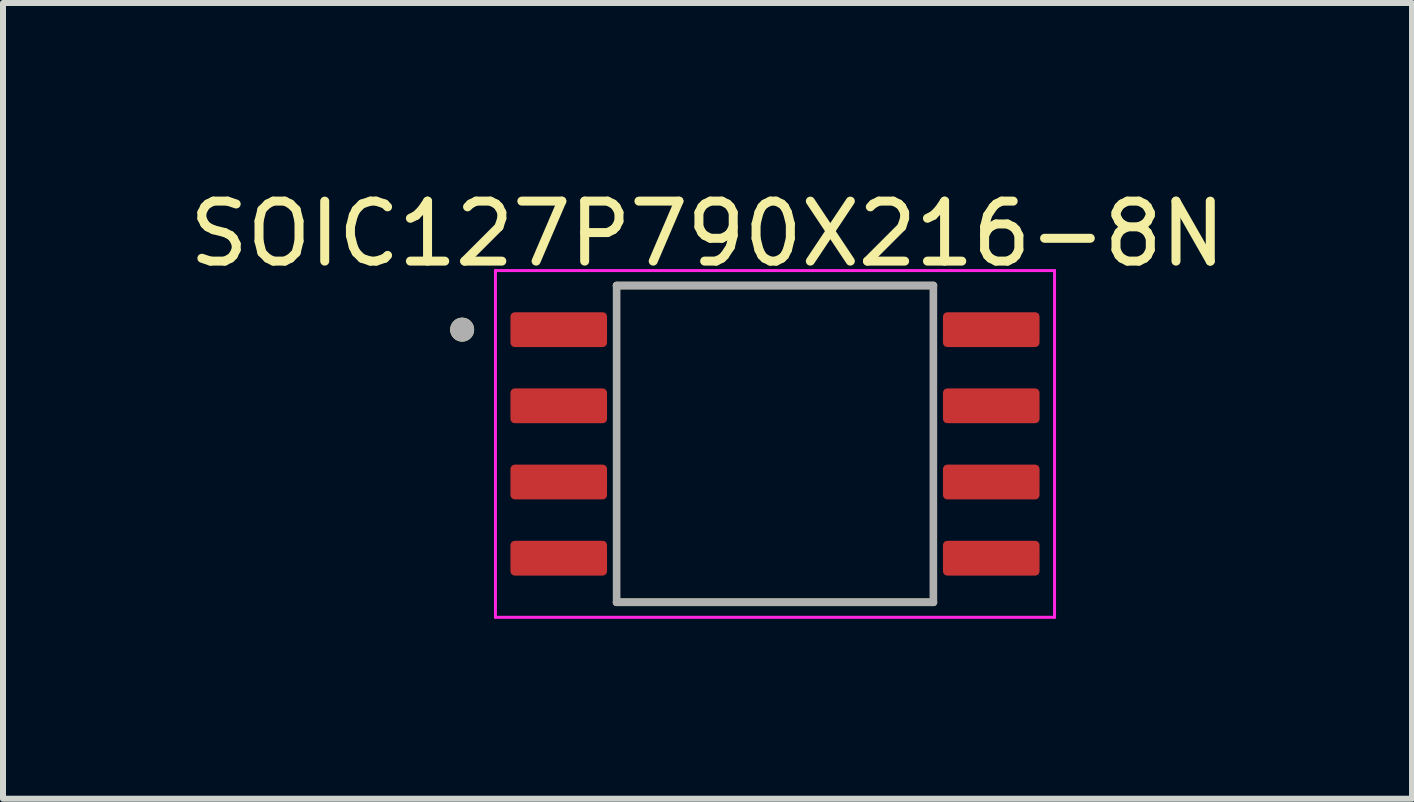
<source format=kicad_pcb>
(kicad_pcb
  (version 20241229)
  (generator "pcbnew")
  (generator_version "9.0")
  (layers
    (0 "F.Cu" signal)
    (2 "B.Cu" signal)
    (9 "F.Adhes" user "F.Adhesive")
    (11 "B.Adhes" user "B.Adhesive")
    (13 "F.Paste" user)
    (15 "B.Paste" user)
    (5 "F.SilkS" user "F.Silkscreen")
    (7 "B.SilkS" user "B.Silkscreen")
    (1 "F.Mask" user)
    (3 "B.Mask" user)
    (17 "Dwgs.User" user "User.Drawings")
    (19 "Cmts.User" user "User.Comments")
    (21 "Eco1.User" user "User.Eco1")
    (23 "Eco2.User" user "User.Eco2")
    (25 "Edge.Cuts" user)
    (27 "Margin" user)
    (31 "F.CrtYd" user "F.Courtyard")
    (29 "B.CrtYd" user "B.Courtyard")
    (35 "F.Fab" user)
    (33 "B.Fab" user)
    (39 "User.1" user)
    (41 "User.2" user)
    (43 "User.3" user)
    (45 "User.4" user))
  (footprint "SOIC127P790X216-8N"
    (layer "F.Cu")
    (at 9.869 4.35)
    (property "Reference" "SOIC127P790X216-8N" (at -1.125 -3.502 0) (layer "F.SilkS") (effects (font (size 1 1) (thickness 0.15))))
    (attr smd)
    (fp_line (start -2.64 -2.64) (end 2.64 -2.64) (stroke (width 0.127) (type solid)) (layer "F.SilkS"))
    (fp_line (start -2.64 2.64) (end 2.64 2.64) (stroke (width 0.127) (type solid)) (layer "F.SilkS"))
    (fp_circle (center -5.215 -1.905) (end -5.115 -1.905) (stroke (width 0.2) (type solid)) (fill no) (layer "F.SilkS"))
    (fp_line (start -4.66 -2.89) (end -4.66 2.89) (stroke (width 0.05) (type solid)) (layer "F.CrtYd"))
    (fp_line (start -4.66 -2.89) (end 4.66 -2.89) (stroke (width 0.05) (type solid)) (layer "F.CrtYd"))
    (fp_line (start -4.66 2.89) (end 4.66 2.89) (stroke (width 0.05) (type solid)) (layer "F.CrtYd"))
    (fp_line (start 4.66 -2.89) (end 4.66 2.89) (stroke (width 0.05) (type solid)) (layer "F.CrtYd"))
    (fp_line (start -2.64 -2.64) (end -2.64 2.64) (stroke (width 0.127) (type solid)) (layer "F.Fab"))
    (fp_line (start -2.64 -2.64) (end 2.64 -2.64) (stroke (width 0.127) (type solid)) (layer "F.Fab"))
    (fp_line (start -2.64 2.64) (end 2.64 2.64) (stroke (width 0.127) (type solid)) (layer "F.Fab"))
    (fp_line (start 2.64 -2.64) (end 2.64 2.64) (stroke (width 0.127) (type solid)) (layer "F.Fab"))
    (fp_circle (center -5.215 -1.905) (end -5.115 -1.905) (stroke (width 0.2) (type solid)) (fill no) (layer "F.Fab"))
    (pad "1" smd roundrect (at -3.605 -1.905) (size 1.61 0.58) (layers "F.Cu" "F.Mask" "F.Paste") (roundrect_rratio 0.125))
    (pad "2" smd roundrect (at -3.605 -0.635) (size 1.61 0.58) (layers "F.Cu" "F.Mask" "F.Paste") (roundrect_rratio 0.125))
    (pad "3" smd roundrect (at -3.605 0.635) (size 1.61 0.58) (layers "F.Cu" "F.Mask" "F.Paste") (roundrect_rratio 0.125))
    (pad "4" smd roundrect (at -3.605 1.905) (size 1.61 0.58) (layers "F.Cu" "F.Mask" "F.Paste") (roundrect_rratio 0.125))
    (pad "5" smd roundrect (at 3.605 1.905) (size 1.61 0.58) (layers "F.Cu" "F.Mask" "F.Paste") (roundrect_rratio 0.125))
    (pad "6" smd roundrect (at 3.605 0.635) (size 1.61 0.58) (layers "F.Cu" "F.Mask" "F.Paste") (roundrect_rratio 0.125))
    (pad "7" smd roundrect (at 3.605 -0.635) (size 1.61 0.58) (layers "F.Cu" "F.Mask" "F.Paste") (roundrect_rratio 0.125))
    (pad "8" smd roundrect (at 3.605 -1.905) (size 1.61 0.58) (layers "F.Cu" "F.Mask" "F.Paste") (roundrect_rratio 0.125)))
  (gr_rect
    (start -3 -3)
    (end 20.488 10.265)
    (stroke (width 0.1) (type default))
    (fill no)
    (layer "Edge.Cuts")))
</source>
